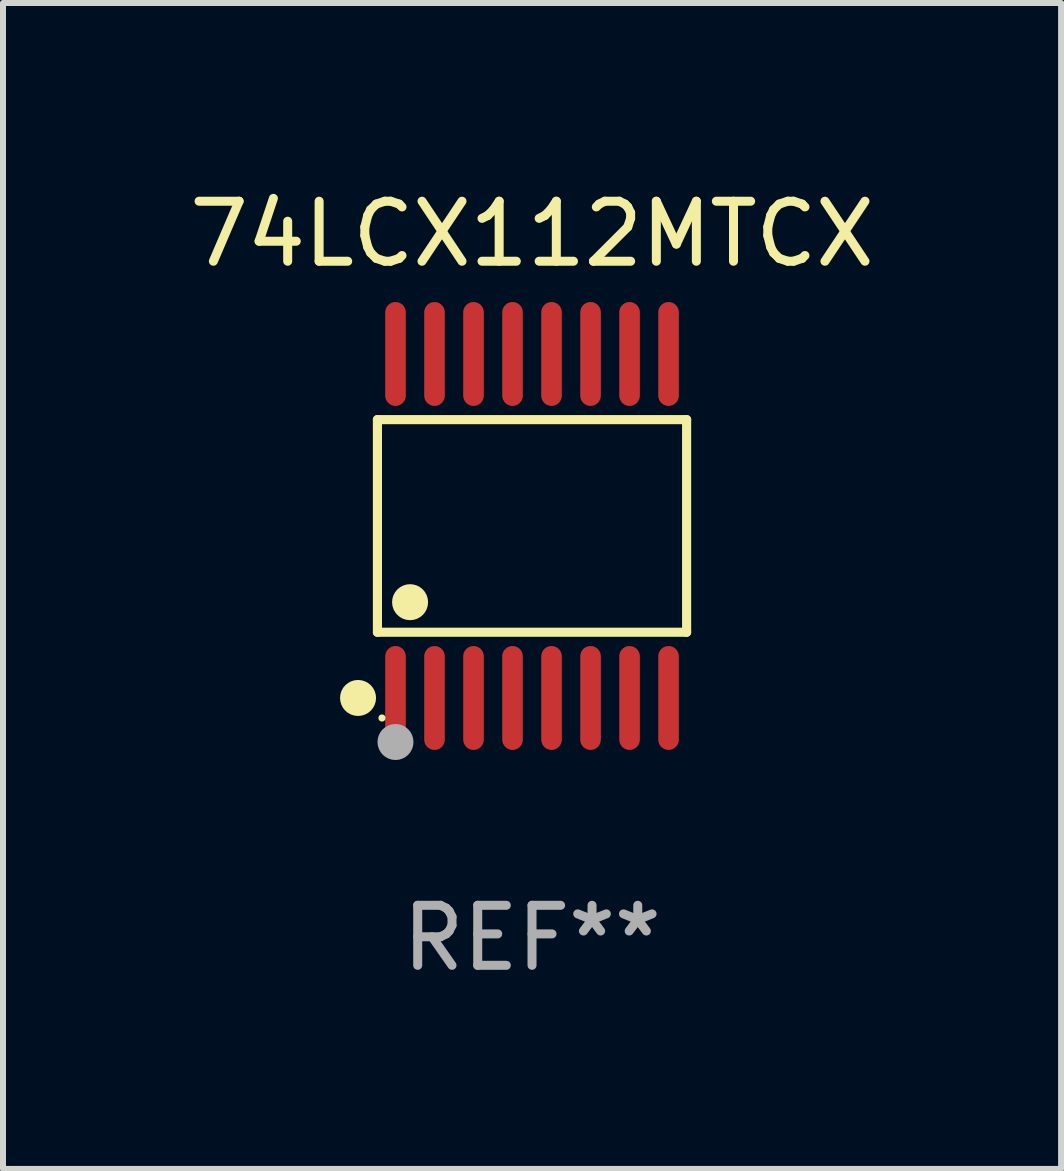
<source format=kicad_pcb>
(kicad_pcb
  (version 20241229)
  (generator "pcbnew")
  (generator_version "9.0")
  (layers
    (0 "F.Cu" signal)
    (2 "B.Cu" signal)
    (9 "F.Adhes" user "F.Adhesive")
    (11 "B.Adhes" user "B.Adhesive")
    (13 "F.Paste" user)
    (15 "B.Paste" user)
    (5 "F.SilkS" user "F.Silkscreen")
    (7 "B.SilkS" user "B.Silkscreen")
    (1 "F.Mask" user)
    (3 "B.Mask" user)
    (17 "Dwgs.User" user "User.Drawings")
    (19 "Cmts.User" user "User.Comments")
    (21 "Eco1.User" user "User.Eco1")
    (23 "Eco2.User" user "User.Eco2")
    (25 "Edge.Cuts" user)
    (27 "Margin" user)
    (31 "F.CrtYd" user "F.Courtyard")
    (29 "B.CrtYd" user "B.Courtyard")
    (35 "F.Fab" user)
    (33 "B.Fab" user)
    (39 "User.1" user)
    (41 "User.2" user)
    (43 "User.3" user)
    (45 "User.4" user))
  (footprint "74LCX112MTCX"
    (layer "F.Cu")
    (at 5.815 5.714)
    (property "Reference" "74LCX112MTCX" (at 0 -4.866 0) (layer "F.SilkS") (effects (font (size 1 1) (thickness 0.15))))
    (attr through_hole)
    (fp_line (start -2.576 -1.772) (end 2.576 -1.772) (stroke (width 0.152) (type solid)) (layer "F.SilkS"))
    (fp_line (start -2.576 1.771) (end -2.576 -1.772) (stroke (width 0.152) (type solid)) (layer "F.SilkS"))
    (fp_line (start 2.576 -1.772) (end 2.576 1.771) (stroke (width 0.152) (type solid)) (layer "F.SilkS"))
    (fp_line (start 2.576 1.771) (end -2.576 1.771) (stroke (width 0.152) (type solid)) (layer "F.SilkS"))
    (fp_circle (center -2.899 2.866) (end -2.749 2.866) (stroke (width 0.3) (type solid)) (fill no) (layer "F.SilkS"))
    (fp_circle (center -2.5 3.2) (end -2.47 3.2) (stroke (width 0.06) (type solid)) (fill no) (layer "F.SilkS"))
    (fp_circle (center -2.032 1.27) (end -1.882 1.27) (stroke (width 0.3) (type solid)) (fill no) (layer "F.SilkS"))
    (fp_circle (center -2.275 3.6) (end -2.125 3.6) (stroke (width 0.3) (type solid)) (fill no) (layer "F.Fab"))
    (fp_text user "REF**" (at 0 6.866 0) (layer "F.Fab") (effects (font (size 1 1) (thickness 0.15))))
    (pad "1" smd oval (at -2.275 2.866) (size 0.343 1.731) (layers "F.Cu" "F.Mask" "F.Paste"))
    (pad "2" smd oval (at -1.625 2.866) (size 0.343 1.731) (layers "F.Cu" "F.Mask" "F.Paste"))
    (pad "3" smd oval (at -0.975 2.866) (size 0.343 1.731) (layers "F.Cu" "F.Mask" "F.Paste"))
    (pad "4" smd oval (at -0.325 2.866) (size 0.343 1.731) (layers "F.Cu" "F.Mask" "F.Paste"))
    (pad "5" smd oval (at 0.325 2.866) (size 0.343 1.731) (layers "F.Cu" "F.Mask" "F.Paste"))
    (pad "6" smd oval (at 0.975 2.866) (size 0.343 1.731) (layers "F.Cu" "F.Mask" "F.Paste"))
    (pad "7" smd oval (at 1.625 2.866) (size 0.343 1.731) (layers "F.Cu" "F.Mask" "F.Paste"))
    (pad "8" smd oval (at 2.275 2.866) (size 0.343 1.731) (layers "F.Cu" "F.Mask" "F.Paste"))
    (pad "9" smd oval (at 2.275 -2.866) (size 0.343 1.731) (layers "F.Cu" "F.Mask" "F.Paste"))
    (pad "10" smd oval (at 1.625 -2.866) (size 0.343 1.731) (layers "F.Cu" "F.Mask" "F.Paste"))
    (pad "11" smd oval (at 0.975 -2.866) (size 0.343 1.731) (layers "F.Cu" "F.Mask" "F.Paste"))
    (pad "12" smd oval (at 0.325 -2.866) (size 0.343 1.731) (layers "F.Cu" "F.Mask" "F.Paste"))
    (pad "13" smd oval (at -0.325 -2.866) (size 0.343 1.731) (layers "F.Cu" "F.Mask" "F.Paste"))
    (pad "14" smd oval (at -0.975 -2.866) (size 0.343 1.731) (layers "F.Cu" "F.Mask" "F.Paste"))
    (pad "15" smd oval (at -1.625 -2.866) (size 0.343 1.731) (layers "F.Cu" "F.Mask" "F.Paste"))
    (pad "16" smd oval (at -2.275 -2.866) (size 0.343 1.731) (layers "F.Cu" "F.Mask" "F.Paste")))
  (gr_rect
    (start -3 -3)
    (end 14.631 16.428)
    (stroke (width 0.1) (type default))
    (fill no)
    (layer "Edge.Cuts")))
</source>
